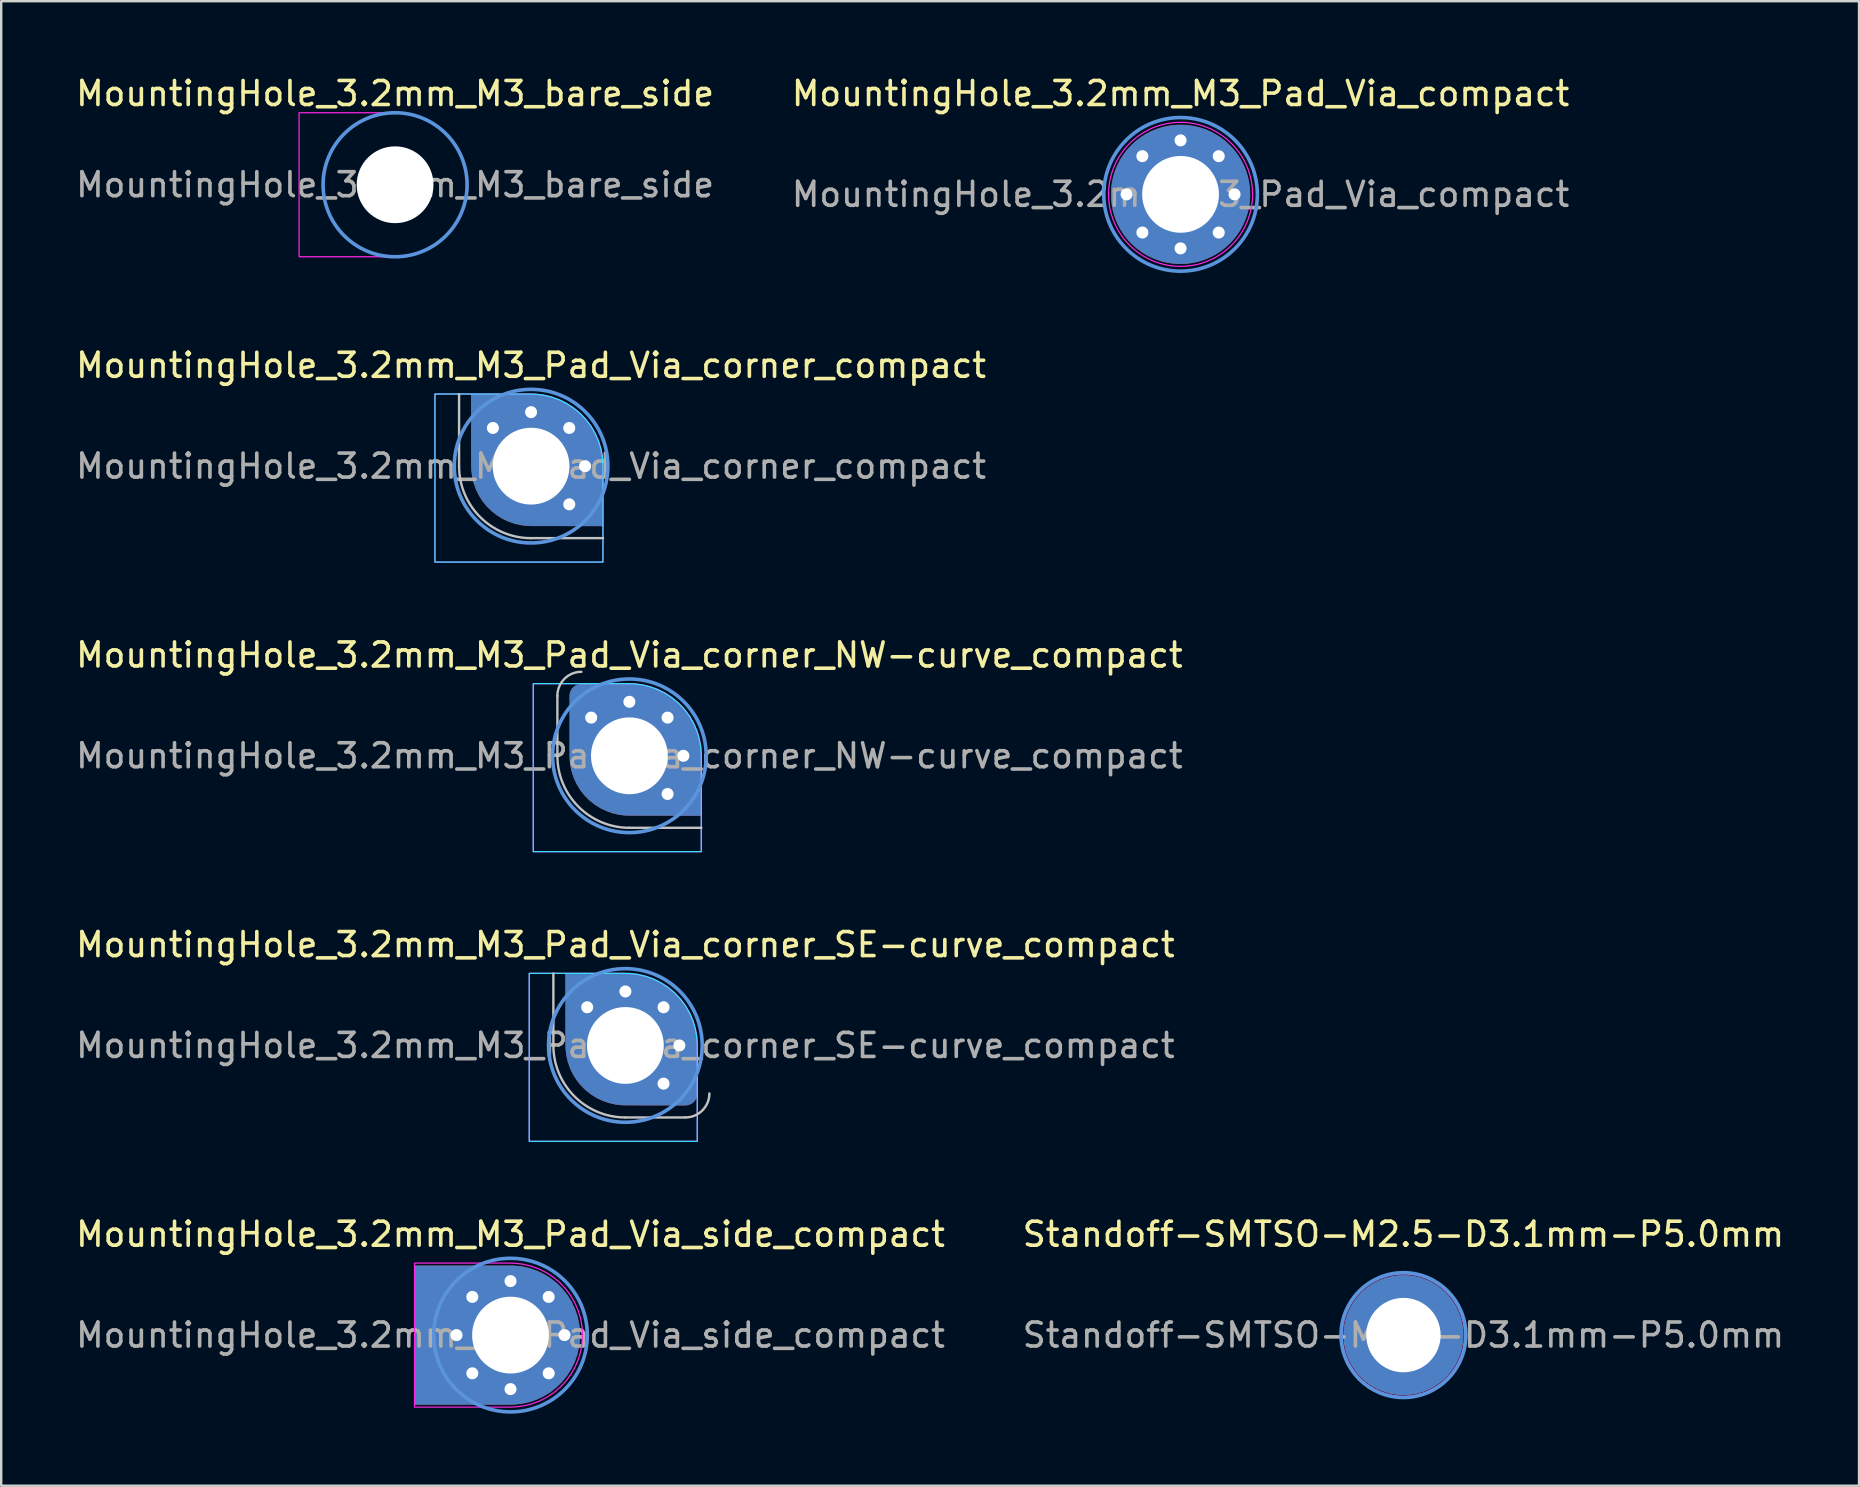
<source format=kicad_pcb>
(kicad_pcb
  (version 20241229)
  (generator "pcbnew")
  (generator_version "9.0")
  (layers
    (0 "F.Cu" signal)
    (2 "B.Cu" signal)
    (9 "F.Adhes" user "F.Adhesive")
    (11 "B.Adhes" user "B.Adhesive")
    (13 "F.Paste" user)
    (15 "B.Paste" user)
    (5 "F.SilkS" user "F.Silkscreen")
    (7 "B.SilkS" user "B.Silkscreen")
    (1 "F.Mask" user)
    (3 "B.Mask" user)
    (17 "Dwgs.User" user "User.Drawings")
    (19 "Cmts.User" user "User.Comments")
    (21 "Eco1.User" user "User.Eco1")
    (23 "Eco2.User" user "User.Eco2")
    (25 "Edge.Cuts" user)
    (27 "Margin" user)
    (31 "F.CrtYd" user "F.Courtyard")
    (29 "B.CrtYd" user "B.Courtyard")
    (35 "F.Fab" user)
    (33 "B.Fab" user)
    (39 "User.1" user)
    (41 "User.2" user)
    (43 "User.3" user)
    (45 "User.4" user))
  (footprint "MountingHole_3.2mm_M3_Pad_Via_corner_compact"
    (layer "F.Cu")
    (at 19.077 16.372)
    (property "Reference" "MountingHole_3.2mm_M3_Pad_Via_corner_compact" (at 0 -4.2 0) (layer "F.SilkS") (effects (font (size 1 1) (thickness 0.15))))
    (attr through_hole board_only exclude_from_pos_files exclude_from_bom)
    (fp_poly (pts (xy -4 -3) (xy -0.005 -3.005) (xy 0 0) (xy 3 0) (xy 3 4) (xy -4 4)) (stroke (width 0) (type solid)) (fill yes) (layer "F.Mask"))
    (fp_poly (pts (xy -4 -3) (xy -0.005 -3.005) (xy 0 0) (xy 3 0) (xy 3 4) (xy -4 4)) (stroke (width 0) (type solid)) (fill yes) (layer "B.Mask"))
    (fp_line (start -3 0) (end -3 -3) (stroke (width 0.1) (type default)) (layer "Dwgs.User"))
    (fp_line (start 0 3) (end 3 3) (stroke (width 0.1) (type default)) (layer "Dwgs.User"))
    (fp_arc (start 0 3) (mid -2.12132 2.12132) (end -3 0) (stroke (width 0.1) (type default)) (layer "Dwgs.User"))
    (fp_circle (center 0 0) (end 3.2 0) (stroke (width 0.15) (type solid)) (fill no) (layer "Cmts.User"))
    (fp_poly (pts (xy 0 -3) (xy 0.169 -3) (xy 0.516 -2.959) (xy 0.855 -2.879) (xy 1.183 -2.76) (xy 1.495 -2.603) (xy 1.786 -2.411) (xy 2.054 -2.187) (xy 2.293 -1.933) (xy 2.501 -1.654) (xy 2.676 -1.351) (xy 2.814 -1.031) (xy 2.914 -0.697) (xy 2.975 -0.353) (xy 2.995 -0.005) (xy 2.995 3.995) (xy -4.005 3.995) (xy -4.005 -3.005) (xy -0.005 -3.005)) (stroke (width 0.05) (type default)) (fill no) (layer "B.CrtYd"))
    (fp_poly (pts (xy 0 -3) (xy 0.169 -3) (xy 0.516 -2.959) (xy 0.855 -2.879) (xy 1.183 -2.76) (xy 1.495 -2.603) (xy 1.786 -2.411) (xy 2.054 -2.187) (xy 2.293 -1.933) (xy 2.501 -1.654) (xy 2.676 -1.351) (xy 2.814 -1.031) (xy 2.914 -0.697) (xy 2.975 -0.353) (xy 2.995 -0.005) (xy 2.995 3.995) (xy -4.005 3.995) (xy -4.005 -3.005) (xy -0.005 -3.005)) (stroke (width 0.05) (type default)) (fill no) (layer "F.CrtYd"))
    (fp_text user "${REFERENCE}" (at 0 0 0) (layer "F.Fab") (effects (font (size 1 1) (thickness 0.15))))
    (pad "1" thru_hole circle (at -1.591 -1.591) (size 0.8 0.8) (drill 0.5) (layers "*.Cu" "*.Mask"))
    (pad "1" thru_hole circle (at 0 -2.25) (size 0.8 0.8) (drill 0.5) (layers "*.Cu" "*.Mask"))
    (pad "1" thru_hole custom (at 0 0) (size 4.99 5) (drill 3.2) (layers "*.Cu" "*.Mask") (options (anchor circle)) (primitives (gr_poly (pts (xy 0 -3) (xy 0.168 -2.998) (xy 0.503 -2.96) (xy 0.831 -2.885) (xy 1.149 -2.774) (xy 1.452 -2.628) (xy 1.737 -2.449) (xy 2.001 -2.239) (xy 2.239 -2.001) (xy 2.449 -1.737) (xy 2.628 -1.452) (xy 2.774 -1.149) (xy 2.885 -0.831) (xy 2.96 -0.503) (xy 2.998 -0.168) (xy 3 0) (xy 3 2.5) (xy 0 2.495) (xy -2.495 0) (xy -2.5 -3)) (width 0) (fill yes))))
    (pad "1" thru_hole circle (at 1.591 -1.591) (size 0.8 0.8) (drill 0.5) (layers "*.Cu" "*.Mask"))
    (pad "1" thru_hole circle (at 1.591 1.591) (size 0.8 0.8) (drill 0.5) (layers "*.Cu" "*.Mask"))
    (pad "1" thru_hole circle (at 2.25 0) (size 0.8 0.8) (drill 0.5) (layers "*.Cu" "*.Mask")))
  (footprint "Standoff-SMTSO-M2.5-D3.1mm-P5.0mm"
    (layer "F.Cu")
    (at 55.423 52.576)
    (property "Reference" "Standoff-SMTSO-M2.5-D3.1mm-P5.0mm" (at 0 -4.2 0) (layer "F.SilkS") (effects (font (size 1 1) (thickness 0.15))))
    (attr through_hole board_only exclude_from_pos_files exclude_from_bom)
    (fp_circle (center 0 0) (end 2.6 0) (stroke (width 0.15) (type solid)) (fill no) (layer "Cmts.User"))
    (fp_circle (center 0 0) (end 2.55 0) (stroke (width 0.05) (type solid)) (fill no) (layer "F.CrtYd"))
    (fp_text user "${REFERENCE}" (at 0 0 0) (layer "F.Fab") (effects (font (size 1 1) (thickness 0.15))))
    (pad "1" thru_hole circle (at 0 0) (size 5 5) (drill 3.1) (layers "*.Cu" "*.Mask")))
  (footprint "MountingHole_3.2mm_M3_Pad_Via_compact"
    (layer "F.Cu")
    (at 46.137 5.048)
    (property "Reference" "MountingHole_3.2mm_M3_Pad_Via_compact" (at 0 -4.2 0) (layer "F.SilkS") (effects (font (size 1 1) (thickness 0.15))))
    (attr through_hole board_only exclude_from_pos_files exclude_from_bom)
    (fp_circle (center 0 0) (end 3.2 0) (stroke (width 0.15) (type solid)) (fill no) (layer "Cmts.User"))
    (fp_circle (center 0 0) (end 3 0) (stroke (width 0.05) (type solid)) (fill no) (layer "F.CrtYd"))
    (fp_text user "${REFERENCE}" (at 0 0 0) (layer "F.Fab") (effects (font (size 1 1) (thickness 0.15))))
    (pad "1" thru_hole circle (at -2.25 0) (size 0.8 0.8) (drill 0.5) (layers "*.Cu" "*.Mask"))
    (pad "1" thru_hole circle (at -1.591 -1.591) (size 0.8 0.8) (drill 0.5) (layers "*.Cu" "*.Mask"))
    (pad "1" thru_hole circle (at -1.591 1.591) (size 0.8 0.8) (drill 0.5) (layers "*.Cu" "*.Mask"))
    (pad "1" thru_hole circle (at 0 -2.25) (size 0.8 0.8) (drill 0.5) (layers "*.Cu" "*.Mask"))
    (pad "1" thru_hole circle (at 0 0) (size 5.8 5.8) (drill 3.2) (layers "*.Cu" "*.Mask"))
    (pad "1" thru_hole circle (at 0 2.25) (size 0.8 0.8) (drill 0.5) (layers "*.Cu" "*.Mask"))
    (pad "1" thru_hole circle (at 1.591 -1.591) (size 0.8 0.8) (drill 0.5) (layers "*.Cu" "*.Mask"))
    (pad "1" thru_hole circle (at 1.591 1.591) (size 0.8 0.8) (drill 0.5) (layers "*.Cu" "*.Mask"))
    (pad "1" thru_hole circle (at 2.25 0) (size 0.8 0.8) (drill 0.5) (layers "*.Cu" "*.Mask")))
  (footprint "MountingHole_3.2mm_M3_Pad_Via_corner_NW-curve_compact"
    (layer "F.Cu")
    (at 23.173 28.44)
    (property "Reference" "MountingHole_3.2mm_M3_Pad_Via_corner_NW-curve_compact" (at 0 -4.2 0) (layer "F.SilkS") (effects (font (size 1 1) (thickness 0.15))))
    (attr through_hole board_only exclude_from_pos_files exclude_from_bom)
    (fp_poly (pts (xy -4 -3) (xy -0.005 -3.005) (xy 0 0) (xy 3 0) (xy 3 4) (xy -4 4)) (stroke (width 0) (type solid)) (fill yes) (layer "F.Mask"))
    (fp_poly (pts (xy -4 -3) (xy -0.005 -3.005) (xy 0 0) (xy 3 0) (xy 3 4) (xy -4 4)) (stroke (width 0) (type solid)) (fill yes) (layer "B.Mask"))
    (fp_line (start -3 0) (end -3 -2.5) (stroke (width 0.1) (type default)) (layer "Dwgs.User"))
    (fp_line (start 0 3) (end 3 3) (stroke (width 0.1) (type default)) (layer "Dwgs.User"))
    (fp_arc (start -3 -2.5) (mid -2.707107 -3.207107) (end -2 -3.5) (stroke (width 0.1) (type default)) (layer "Dwgs.User"))
    (fp_arc (start 0 3) (mid -2.12132 2.12132) (end -3 0) (stroke (width 0.1) (type default)) (layer "Dwgs.User"))
    (fp_circle (center 0 0) (end 3.2 0) (stroke (width 0.15) (type solid)) (fill no) (layer "Cmts.User"))
    (fp_poly (pts (xy 0 -3) (xy 0.169 -3) (xy 0.516 -2.959) (xy 0.855 -2.879) (xy 1.183 -2.76) (xy 1.495 -2.603) (xy 1.786 -2.411) (xy 2.054 -2.187) (xy 2.293 -1.933) (xy 2.501 -1.654) (xy 2.676 -1.351) (xy 2.814 -1.031) (xy 2.914 -0.697) (xy 2.975 -0.353) (xy 2.995 -0.005) (xy 2.995 3.995) (xy -4.005 3.995) (xy -4.005 -3.005) (xy -0.005 -3.005)) (stroke (width 0.05) (type default)) (fill no) (layer "B.CrtYd"))
    (fp_poly (pts (xy 0 -3) (xy 0.169 -3) (xy 0.516 -2.959) (xy 0.855 -2.879) (xy 1.183 -2.76) (xy 1.495 -2.603) (xy 1.786 -2.411) (xy 2.054 -2.187) (xy 2.293 -1.933) (xy 2.501 -1.654) (xy 2.676 -1.351) (xy 2.814 -1.031) (xy 2.914 -0.697) (xy 2.975 -0.353) (xy 2.995 -0.005) (xy 2.995 3.995) (xy -4.005 3.995) (xy -4.005 -3.005) (xy -0.005 -3.005)) (stroke (width 0.05) (type default)) (fill no) (layer "F.CrtYd"))
    (fp_text user "${REFERENCE}" (at 0 0 0) (layer "F.Fab") (effects (font (size 1 1) (thickness 0.15))))
    (pad "1" thru_hole circle (at -1.591 -1.591) (size 0.8 0.8) (drill 0.5) (layers "*.Cu" "*.Mask"))
    (pad "1" thru_hole circle (at 0 -2.25) (size 0.8 0.8) (drill 0.5) (layers "*.Cu" "*.Mask"))
    (pad "1" thru_hole custom (at 0 0) (size 4.99 5) (drill 3.2) (layers "*.Cu" "*.Mask") (options (anchor circle)) (primitives (gr_poly (pts (xy 0 -3) (xy 0.168 -2.998) (xy 0.503 -2.96) (xy 0.831 -2.885) (xy 1.149 -2.774) (xy 1.452 -2.628) (xy 1.737 -2.449) (xy 2.001 -2.239) (xy 2.239 -2.001) (xy 2.449 -1.737) (xy 2.628 -1.452) (xy 2.774 -1.149) (xy 2.885 -0.831) (xy 2.96 -0.503) (xy 2.998 -0.168) (xy 3 0) (xy 3 2.5) (xy 0 2.495) (xy -2.495 0) (xy -2.495 -2.5) (xy -2 -2.995)) (width 0) (fill yes)) (gr_circle (center -2 -2.5) (end -1.505 -2.5) (width 0) (fill yes))))
    (pad "1" thru_hole circle (at 1.591 -1.591) (size 0.8 0.8) (drill 0.5) (layers "*.Cu" "*.Mask"))
    (pad "1" thru_hole circle (at 1.591 1.591) (size 0.8 0.8) (drill 0.5) (layers "*.Cu" "*.Mask"))
    (pad "1" thru_hole circle (at 2.25 0) (size 0.8 0.8) (drill 0.5) (layers "*.Cu" "*.Mask")))
  (footprint "MountingHole_3.2mm_M3_Pad_Via_side_compact"
    (layer "F.Cu")
    (at 18.22 52.576)
    (property "Reference" "MountingHole_3.2mm_M3_Pad_Via_side_compact" (at 0 -4.2 0) (layer "F.SilkS") (effects (font (size 1 1) (thickness 0.15))))
    (attr through_hole board_only exclude_from_pos_files exclude_from_bom)
    (fp_circle (center 0 0) (end 3.2 0) (stroke (width 0.15) (type solid)) (fill no) (layer "Cmts.User"))
    (fp_poly (pts (xy 0.025 -2.995) (xy 0.174 -2.995) (xy 0.521 -2.954) (xy 0.86 -2.874) (xy 1.188 -2.755) (xy 1.5 -2.598) (xy 1.791 -2.406) (xy 2.059 -2.182) (xy 2.298 -1.928) (xy 2.506 -1.649) (xy 2.681 -1.346) (xy 2.819 -1.026) (xy 2.919 -0.692) (xy 2.98 -0.348) (xy 3 0) (xy 2.98 0.348) (xy 2.919 0.692) (xy 2.819 1.026) (xy 2.681 1.346) (xy 2.506 1.649) (xy 2.298 1.928) (xy 2.059 2.182) (xy 1.791 2.406) (xy 1.5 2.598) (xy 1.188 2.755) (xy 0.86 2.874) (xy 0.521 2.954) (xy 0.174 2.995) (xy 0.025 2.995) (xy 0.025 3) (xy -4 3) (xy -4 -3) (xy 0.025 -3)) (stroke (width 0.05) (type default)) (fill no) (layer "F.CrtYd"))
    (fp_text user "${REFERENCE}" (at 0 0 0) (layer "F.Fab") (effects (font (size 1 1) (thickness 0.15))))
    (pad "1" thru_hole circle (at -2.25 0) (size 0.8 0.8) (drill 0.5) (layers "*.Cu" "*.Mask"))
    (pad "1" thru_hole circle (at -1.591 -1.591) (size 0.8 0.8) (drill 0.5) (layers "*.Cu" "*.Mask"))
    (pad "1" thru_hole circle (at -1.591 1.591) (size 0.8 0.8) (drill 0.5) (layers "*.Cu" "*.Mask"))
    (pad "1" thru_hole circle (at 0 -2.25) (size 0.8 0.8) (drill 0.5) (layers "*.Cu" "*.Mask"))
    (pad "1" thru_hole custom (at 0 0) (size 5.8 5.8) (drill 3.2) (layers "*.Cu" "*.Mask") (options (anchor circle)) (primitives (gr_rect (start -4 -2.9) (end 0 2.9) (width 0) (fill yes))))
    (pad "1" thru_hole circle (at 0 2.25) (size 0.8 0.8) (drill 0.5) (layers "*.Cu" "*.Mask"))
    (pad "1" thru_hole circle (at 1.591 -1.591) (size 0.8 0.8) (drill 0.5) (layers "*.Cu" "*.Mask"))
    (pad "1" thru_hole circle (at 1.591 1.591) (size 0.8 0.8) (drill 0.5) (layers "*.Cu" "*.Mask"))
    (pad "1" thru_hole circle (at 2.25 0) (size 0.8 0.8) (drill 0.5) (layers "*.Cu" "*.Mask")))
  (footprint "MountingHole_3.2mm_M3_bare_side"
    (layer "F.Cu")
    (at 13.411 4.648)
    (property "Reference" "MountingHole_3.2mm_M3_bare_side" (at 0 -3.8 0) (layer "F.SilkS") (effects (font (size 1 1) (thickness 0.15))))
    (attr through_hole board_only exclude_from_pos_files exclude_from_bom)
    (fp_rect (start -4 -2.9) (end 0 2.9) (stroke (width 0) (type default)) (fill yes) (layer "F.Mask"))
    (fp_rect (start -4 -2.9) (end 0 2.9) (stroke (width 0) (type default)) (fill yes) (layer "B.Mask"))
    (fp_circle (center 0 0) (end 3 0) (stroke (width 0.15) (type solid)) (fill no) (layer "Cmts.User"))
    (fp_poly (pts (xy 0.025 -2.995) (xy 0.174 -2.995) (xy 0.521 -2.954) (xy 0.86 -2.874) (xy 1.188 -2.755) (xy 1.5 -2.598) (xy 1.791 -2.406) (xy 2.059 -2.182) (xy 2.298 -1.928) (xy 2.506 -1.649) (xy 2.681 -1.346) (xy 2.819 -1.026) (xy 2.919 -0.692) (xy 2.98 -0.348) (xy 3 0) (xy 2.98 0.348) (xy 2.919 0.692) (xy 2.819 1.026) (xy 2.681 1.346) (xy 2.506 1.649) (xy 2.298 1.928) (xy 2.059 2.182) (xy 1.791 2.406) (xy 1.5 2.598) (xy 1.188 2.755) (xy 0.86 2.874) (xy 0.521 2.954) (xy 0.174 2.995) (xy 0.025 2.995) (xy 0.025 3) (xy -4 3) (xy -4 -3) (xy 0.025 -3)) (stroke (width 0.05) (type default)) (fill no) (layer "F.CrtYd"))
    (fp_text user "${REFERENCE}" (at 0 0 0) (layer "F.Fab") (effects (font (size 1 1) (thickness 0.15))))
    (pad "" np_thru_hole circle (at 0 0) (size 3.2 3.2) (drill 3.2) (layers "*.Cu" "*.Mask"))
    (zone (net_name "") (layers "F.Cu" "F.Mask" "B.Cu") (hatch edge 0.5) (connect_pads) (min_thickness 0.25) (filled_areas_thickness no) (keepout (tracks not_allowed) (vias not_allowed) (pads not_allowed) (copperpour not_allowed) (footprints not_allowed)) (placement (enabled no)) (fill) (polygon (pts (xy 13.411 1.148) (xy 13.777 1.167) (xy 14.138 1.225) (xy 14.492 1.32) (xy 14.834 1.451) (xy 15.161 1.617) (xy 15.468 1.817) (xy 15.753 2.047) (xy 16.012 2.306) (xy 16.242 2.591) (xy 16.442 2.898) (xy 16.608 3.225) (xy 16.739 3.567) (xy 16.834 3.921) (xy 16.892 4.282) (xy 16.911 4.648) (xy 16.892 5.014) (xy 16.834 5.376) (xy 16.739 5.73) (xy 16.608 6.072) (xy 16.442 6.398) (xy 16.242 6.705) (xy 16.012 6.99) (xy 15.753 7.249) (xy 15.468 7.48) (xy 15.161 7.679) (xy 14.834 7.846) (xy 14.492 7.977) (xy 14.138 8.072) (xy 13.777 8.129) (xy 13.411 8.148) (xy 9.411 8.148) (xy 9.411 1.148))))
    (zone (net_name "") (layers "F.Cu" "B.Cu") (hatch edge 0.5) (connect_pads) (min_thickness 0.25) (filled_areas_thickness no) (keepout (tracks not_allowed) (vias not_allowed) (pads not_allowed) (copperpour not_allowed) (footprints not_allowed)) (placement (enabled no)) (fill) (polygon (pts (xy 16.911 4.648) (xy 16.892 4.282) (xy 16.834 3.921) (xy 16.739 3.567) (xy 16.608 3.225) (xy 16.442 2.898) (xy 16.242 2.591) (xy 16.012 2.306) (xy 15.753 2.047) (xy 15.468 1.817) (xy 15.161 1.617) (xy 14.834 1.451) (xy 14.492 1.32) (xy 14.138 1.225) (xy 13.777 1.167) (xy 13.411 1.148) (xy 13.045 1.167) (xy 12.683 1.225) (xy 12.329 1.32) (xy 11.987 1.451) (xy 11.661 1.617) (xy 11.353 1.817) (xy 11.069 2.047) (xy 10.81 2.306) (xy 10.579 2.591) (xy 10.38 2.898) (xy 10.213 3.225) (xy 10.082 3.567) (xy 9.987 3.921) (xy 9.93 4.282) (xy 9.911 4.648) (xy 9.93 5.014) (xy 9.987 5.376) (xy 10.082 5.73) (xy 10.213 6.072) (xy 10.38 6.398) (xy 10.579 6.705) (xy 10.81 6.99) (xy 11.069 7.249) (xy 11.353 7.48) (xy 11.661 7.679) (xy 11.987 7.846) (xy 12.329 7.977) (xy 12.683 8.072) (xy 13.045 8.129) (xy 13.411 8.148) (xy 13.777 8.129) (xy 14.138 8.072) (xy 14.492 7.977) (xy 14.834 7.846) (xy 15.161 7.679) (xy 15.468 7.48) (xy 15.753 7.249) (xy 16.012 6.99) (xy 16.242 6.705) (xy 16.442 6.398) (xy 16.608 6.072) (xy 16.739 5.73) (xy 16.834 5.376) (xy 16.892 5.014)))))
  (footprint "MountingHole_3.2mm_M3_Pad_Via_corner_SE-curve_compact"
    (layer "F.Cu")
    (at 23.006 40.508)
    (property "Reference" "MountingHole_3.2mm_M3_Pad_Via_corner_SE-curve_compact" (at 0 -4.2 0) (layer "F.SilkS") (effects (font (size 1 1) (thickness 0.15))))
    (attr through_hole board_only exclude_from_pos_files exclude_from_bom)
    (fp_poly (pts (xy -4 -3) (xy -0.005 -3.005) (xy 0 0) (xy 3 0) (xy 3 4) (xy -4 4)) (stroke (width 0) (type solid)) (fill yes) (layer "F.Mask"))
    (fp_poly (pts (xy -4 -3) (xy -0.005 -3.005) (xy 0 0) (xy 3 0) (xy 3 4) (xy -4 4)) (stroke (width 0) (type solid)) (fill yes) (layer "B.Mask"))
    (fp_line (start -3 0) (end -3 -3) (stroke (width 0.1) (type default)) (layer "Dwgs.User"))
    (fp_line (start 0 3) (end 2.5 3) (stroke (width 0.1) (type default)) (layer "Dwgs.User"))
    (fp_arc (start 0 3) (mid -2.12132 2.12132) (end -3 0) (stroke (width 0.1) (type default)) (layer "Dwgs.User"))
    (fp_arc (start 3.5 2) (mid 3.207107 2.707107) (end 2.5 3) (stroke (width 0.1) (type default)) (layer "Dwgs.User"))
    (fp_circle (center 0 0) (end 3.2 0) (stroke (width 0.15) (type solid)) (fill no) (layer "Cmts.User"))
    (fp_poly (pts (xy 0 -3) (xy 0.169 -3) (xy 0.516 -2.959) (xy 0.855 -2.879) (xy 1.183 -2.76) (xy 1.495 -2.603) (xy 1.786 -2.411) (xy 2.054 -2.187) (xy 2.293 -1.933) (xy 2.501 -1.654) (xy 2.676 -1.351) (xy 2.814 -1.031) (xy 2.914 -0.697) (xy 2.975 -0.353) (xy 2.995 -0.005) (xy 2.995 3.995) (xy -4.005 3.995) (xy -4.005 -3.005) (xy -0.005 -3.005)) (stroke (width 0.05) (type default)) (fill no) (layer "B.CrtYd"))
    (fp_poly (pts (xy 0 -3) (xy 0.169 -3) (xy 0.516 -2.959) (xy 0.855 -2.879) (xy 1.183 -2.76) (xy 1.495 -2.603) (xy 1.786 -2.411) (xy 2.054 -2.187) (xy 2.293 -1.933) (xy 2.501 -1.654) (xy 2.676 -1.351) (xy 2.814 -1.031) (xy 2.914 -0.697) (xy 2.975 -0.353) (xy 2.995 -0.005) (xy 2.995 3.995) (xy -4.005 3.995) (xy -4.005 -3.005) (xy -0.005 -3.005)) (stroke (width 0.05) (type default)) (fill no) (layer "F.CrtYd"))
    (fp_text user "${REFERENCE}" (at 0 0 0) (layer "F.Fab") (effects (font (size 1 1) (thickness 0.15))))
    (pad "1" thru_hole circle (at -1.591 -1.591) (size 0.8 0.8) (drill 0.5) (layers "*.Cu" "*.Mask"))
    (pad "1" thru_hole circle (at 0 -2.25) (size 0.8 0.8) (drill 0.5) (layers "*.Cu" "*.Mask"))
    (pad "1" thru_hole custom (at 0 0) (size 4.99 5) (drill 3.2) (layers "*.Cu" "*.Mask") (options (anchor circle)) (primitives (gr_poly (pts (xy 0 -3) (xy 0.168 -2.998) (xy 0.503 -2.96) (xy 0.831 -2.885) (xy 1.149 -2.774) (xy 1.452 -2.628) (xy 1.737 -2.449) (xy 2.001 -2.239) (xy 2.239 -2.001) (xy 2.449 -1.737) (xy 2.628 -1.452) (xy 2.774 -1.149) (xy 2.885 -0.831) (xy 2.96 -0.503) (xy 2.998 -0.168) (xy 3 0) (xy 3 2) (xy 2.5 2.5) (xy 0 2.495) (xy -2.495 0) (xy -2.5 -3)) (width 0) (fill yes)) (gr_circle (center 2.5 2) (end 2.5 2.5) (width 0) (fill yes))))
    (pad "1" thru_hole circle (at 1.591 -1.591) (size 0.8 0.8) (drill 0.5) (layers "*.Cu" "*.Mask"))
    (pad "1" thru_hole circle (at 1.591 1.591) (size 0.8 0.8) (drill 0.5) (layers "*.Cu" "*.Mask"))
    (pad "1" thru_hole circle (at 2.25 0) (size 0.8 0.8) (drill 0.5) (layers "*.Cu" "*.Mask")))
  (gr_rect
    (start -3 -3)
    (end 74.405 58.851)
    (stroke (width 0.1) (type default))
    (fill no)
    (layer "Edge.Cuts")))
</source>
